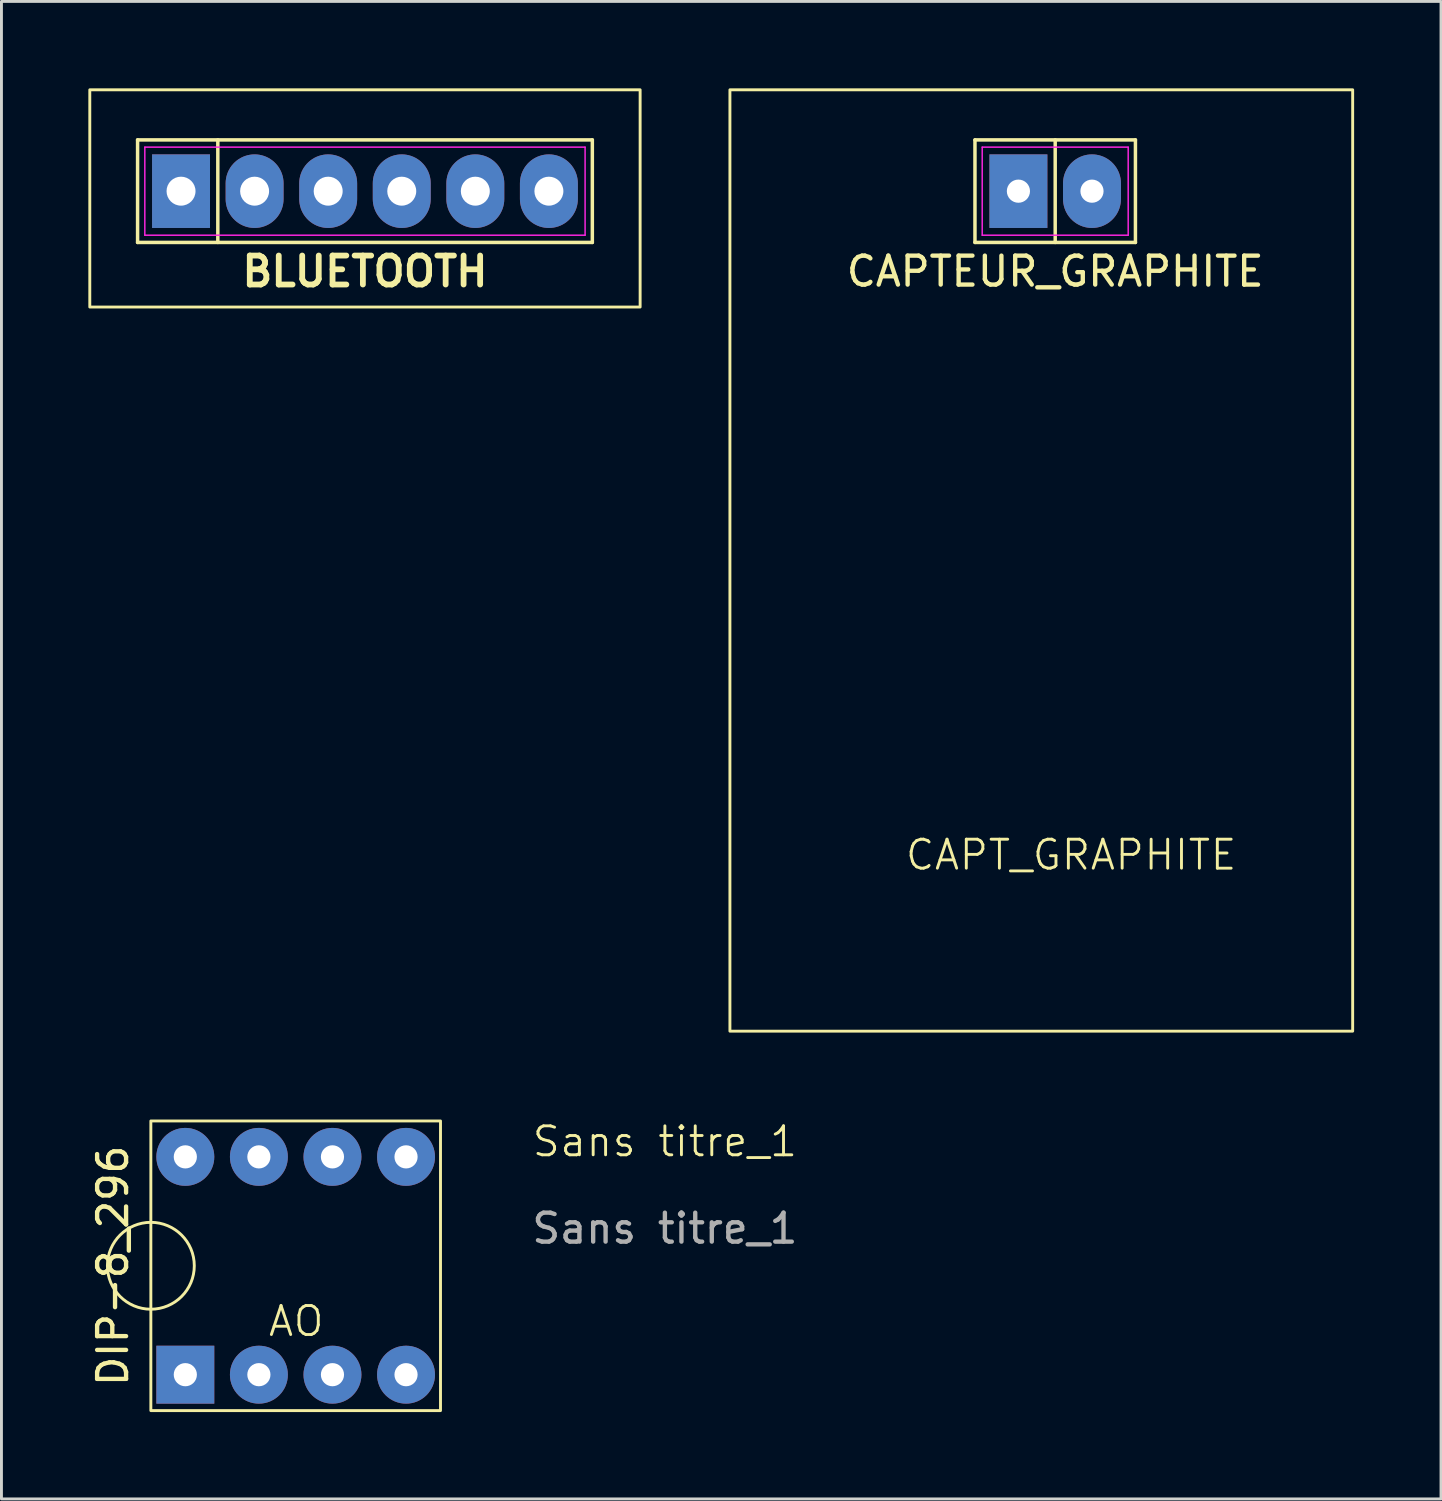
<source format=kicad_pcb>
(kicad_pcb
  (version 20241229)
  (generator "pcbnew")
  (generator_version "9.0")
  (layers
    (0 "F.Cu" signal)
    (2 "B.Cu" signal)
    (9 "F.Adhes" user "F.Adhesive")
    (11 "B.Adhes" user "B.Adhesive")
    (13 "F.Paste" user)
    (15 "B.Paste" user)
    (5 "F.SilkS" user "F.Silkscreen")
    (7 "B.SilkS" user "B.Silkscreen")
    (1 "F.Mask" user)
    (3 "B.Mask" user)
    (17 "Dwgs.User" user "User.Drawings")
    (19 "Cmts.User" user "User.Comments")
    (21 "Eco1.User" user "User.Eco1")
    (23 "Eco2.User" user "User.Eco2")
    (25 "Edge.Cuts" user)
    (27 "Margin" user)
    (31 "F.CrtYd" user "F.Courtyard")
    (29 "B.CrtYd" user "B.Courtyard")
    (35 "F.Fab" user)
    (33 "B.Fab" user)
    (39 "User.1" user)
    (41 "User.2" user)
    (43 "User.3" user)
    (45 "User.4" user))
  (footprint "Sans titre_1"
    (layer "F.Cu")
    (at 19.905 36.861)
    (property "Reference" "Sans titre_1" (at 0 -0.5 0) (unlocked yes) (layer "F.SilkS") (effects (font (size 1 1) (thickness 0.1))))
    (attr through_hole)
    (fp_text user "${REFERENCE}" (at 0 2.5 0) (unlocked yes) (layer "F.Fab") (effects (font (size 1 1) (thickness 0.15)))))
  (footprint "CAPTEUR_GRAPHITE"
    (layer "F.Cu")
    (at 34.15 9.55)
    (property "Reference" "CAPTEUR_GRAPHITE" (at -0.77 -3.23 0) (layer "F.SilkS") (effects (font (size 1 1) (thickness 0.15))))
    (attr through_hole)
    (fp_line (start -3.54 -7.77) (end 2 -7.77) (stroke (width 0.12) (type default)) (layer "F.SilkS"))
    (fp_line (start -3.54 -4.23) (end -3.54 -7.77) (stroke (width 0.12) (type default)) (layer "F.SilkS"))
    (fp_line (start -0.77 -7.77) (end -0.77 -4.23) (stroke (width 0.12) (type default)) (layer "F.SilkS"))
    (fp_line (start 2 -7.77) (end 2 -4.23) (stroke (width 0.12) (type default)) (layer "F.SilkS"))
    (fp_line (start 2 -4.23) (end -3.54 -4.23) (stroke (width 0.12) (type default)) (layer "F.SilkS"))
    (fp_rect (start -12 -9.5) (end 9.5 23) (stroke (width 0.1) (type default)) (fill no) (layer "F.SilkS"))
    (fp_line (start -3.29 -7.52) (end 1.75 -7.52) (stroke (width 0.05) (type default)) (layer "F.CrtYd"))
    (fp_line (start -3.29 -4.48) (end -3.29 -7.52) (stroke (width 0.05) (type default)) (layer "F.CrtYd"))
    (fp_line (start 1.75 -7.52) (end 1.75 -4.48) (stroke (width 0.05) (type default)) (layer "F.CrtYd"))
    (fp_line (start 1.75 -4.48) (end -3.29 -4.48) (stroke (width 0.05) (type default)) (layer "F.CrtYd"))
    (fp_text user "CAPT_GRAPHITE" (at -6 17.5 0) (unlocked yes) (layer "F.SilkS") (effects (font (size 1 1) (thickness 0.1)) (justify left bottom)))
    (pad "1" thru_hole rect (at -2.04 -6) (size 2 2.54) (drill 0.8) (layers "*.Cu" "*.Mask"))
    (pad "2" thru_hole oval (at 0.5 -6) (size 2 2.54) (drill 0.8) (layers "*.Cu" "*.Mask")))
  (footprint "BLUETOOTH"
    (layer "F.Cu")
    (at 9.55 3.55)
    (property "Reference" "BLUETOOTH" (at 0 2.77 0) (layer "F.SilkS") (effects (font (size 1 1) (thickness 0.2) (bold yes))))
    (attr through_hole)
    (fp_line (start -7.85 -1.77) (end 7.85 -1.77) (stroke (width 0.12) (type default)) (layer "F.SilkS"))
    (fp_line (start -7.85 1.77) (end -7.85 -1.77) (stroke (width 0.12) (type default)) (layer "F.SilkS"))
    (fp_line (start -5.08 -1.77) (end -5.08 1.77) (stroke (width 0.12) (type default)) (layer "F.SilkS"))
    (fp_line (start 7.85 -1.77) (end 7.85 1.77) (stroke (width 0.12) (type default)) (layer "F.SilkS"))
    (fp_line (start 7.85 1.77) (end -7.85 1.77) (stroke (width 0.12) (type default)) (layer "F.SilkS"))
    (fp_rect (start -9.5 -3.5) (end 9.5 4) (stroke (width 0.1) (type default)) (fill no) (layer "F.SilkS"))
    (fp_line (start -7.6 -1.52) (end 7.6 -1.52) (stroke (width 0.05) (type default)) (layer "F.CrtYd"))
    (fp_line (start -7.6 1.52) (end -7.6 -1.52) (stroke (width 0.05) (type default)) (layer "F.CrtYd"))
    (fp_line (start 7.6 -1.52) (end 7.6 1.52) (stroke (width 0.05) (type default)) (layer "F.CrtYd"))
    (fp_line (start 7.6 1.52) (end -7.6 1.52) (stroke (width 0.05) (type default)) (layer "F.CrtYd"))
    (pad "1" thru_hole rect (at -6.35 0) (size 2 2.54) (drill 1) (layers "*.Cu" "*.Mask"))
    (pad "2" thru_hole oval (at -3.81 0) (size 2 2.54) (drill 1) (layers "*.Cu" "*.Mask"))
    (pad "3" thru_hole oval (at -1.27 0) (size 2 2.54) (drill 1) (layers "*.Cu" "*.Mask"))
    (pad "4" thru_hole oval (at 1.27 0) (size 2 2.54) (drill 1) (layers "*.Cu" "*.Mask"))
    (pad "5" thru_hole oval (at 3.81 0) (size 2 2.54) (drill 1) (layers "*.Cu" "*.Mask"))
    (pad "6" thru_hole oval (at 6.35 0) (size 2 2.54) (drill 1) (layers "*.Cu" "*.Mask")))
  (footprint "DIP-8_296"
    (layer "F.Cu")
    (at 7.158 40.65)
    (property "Reference" "DIP-8_296" (at -6.31 0 90) (layer "F.SilkS") (effects (font (size 1 1) (thickness 0.15))))
    (attr through_hole)
    (fp_rect (start -5 -5) (end 5 5) (stroke (width 0.1) (type default)) (fill no) (layer "F.SilkS"))
    (fp_circle (center -5 0) (end -3.5 0) (stroke (width 0.1) (type default)) (fill no) (layer "F.SilkS"))
    (fp_text user "AO" (at -1 2.5 0) (unlocked yes) (layer "F.SilkS") (effects (font (size 1 1) (thickness 0.1)) (justify left bottom)))
    (pad "1" thru_hole rect (at -3.81 3.76) (size 2 2) (drill 0.8) (layers "*.Cu" "*.Mask"))
    (pad "2" thru_hole circle (at -1.27 3.76) (size 2 2) (drill 0.8) (layers "*.Cu" "*.Mask"))
    (pad "3" thru_hole circle (at 1.27 3.76) (size 2 2) (drill 0.8) (layers "*.Cu" "*.Mask"))
    (pad "4" thru_hole circle (at 3.81 3.76) (size 2 2) (drill 0.8) (layers "*.Cu" "*.Mask"))
    (pad "5" thru_hole circle (at 3.81 -3.76) (size 2 2) (drill 0.8) (layers "*.Cu" "*.Mask"))
    (pad "6" thru_hole circle (at 1.27 -3.76) (size 2 2) (drill 0.8) (layers "*.Cu" "*.Mask"))
    (pad "7" thru_hole circle (at -1.27 -3.76) (size 2 2) (drill 0.8) (layers "*.Cu" "*.Mask"))
    (pad "8" thru_hole circle (at -3.81 -3.76) (size 2 2) (drill 0.8) (layers "*.Cu" "*.Mask")))
  (gr_rect
    (start -3 -3)
    (end 46.7 48.7)
    (stroke (width 0.1) (type default))
    (fill no)
    (layer "Edge.Cuts")))
</source>
